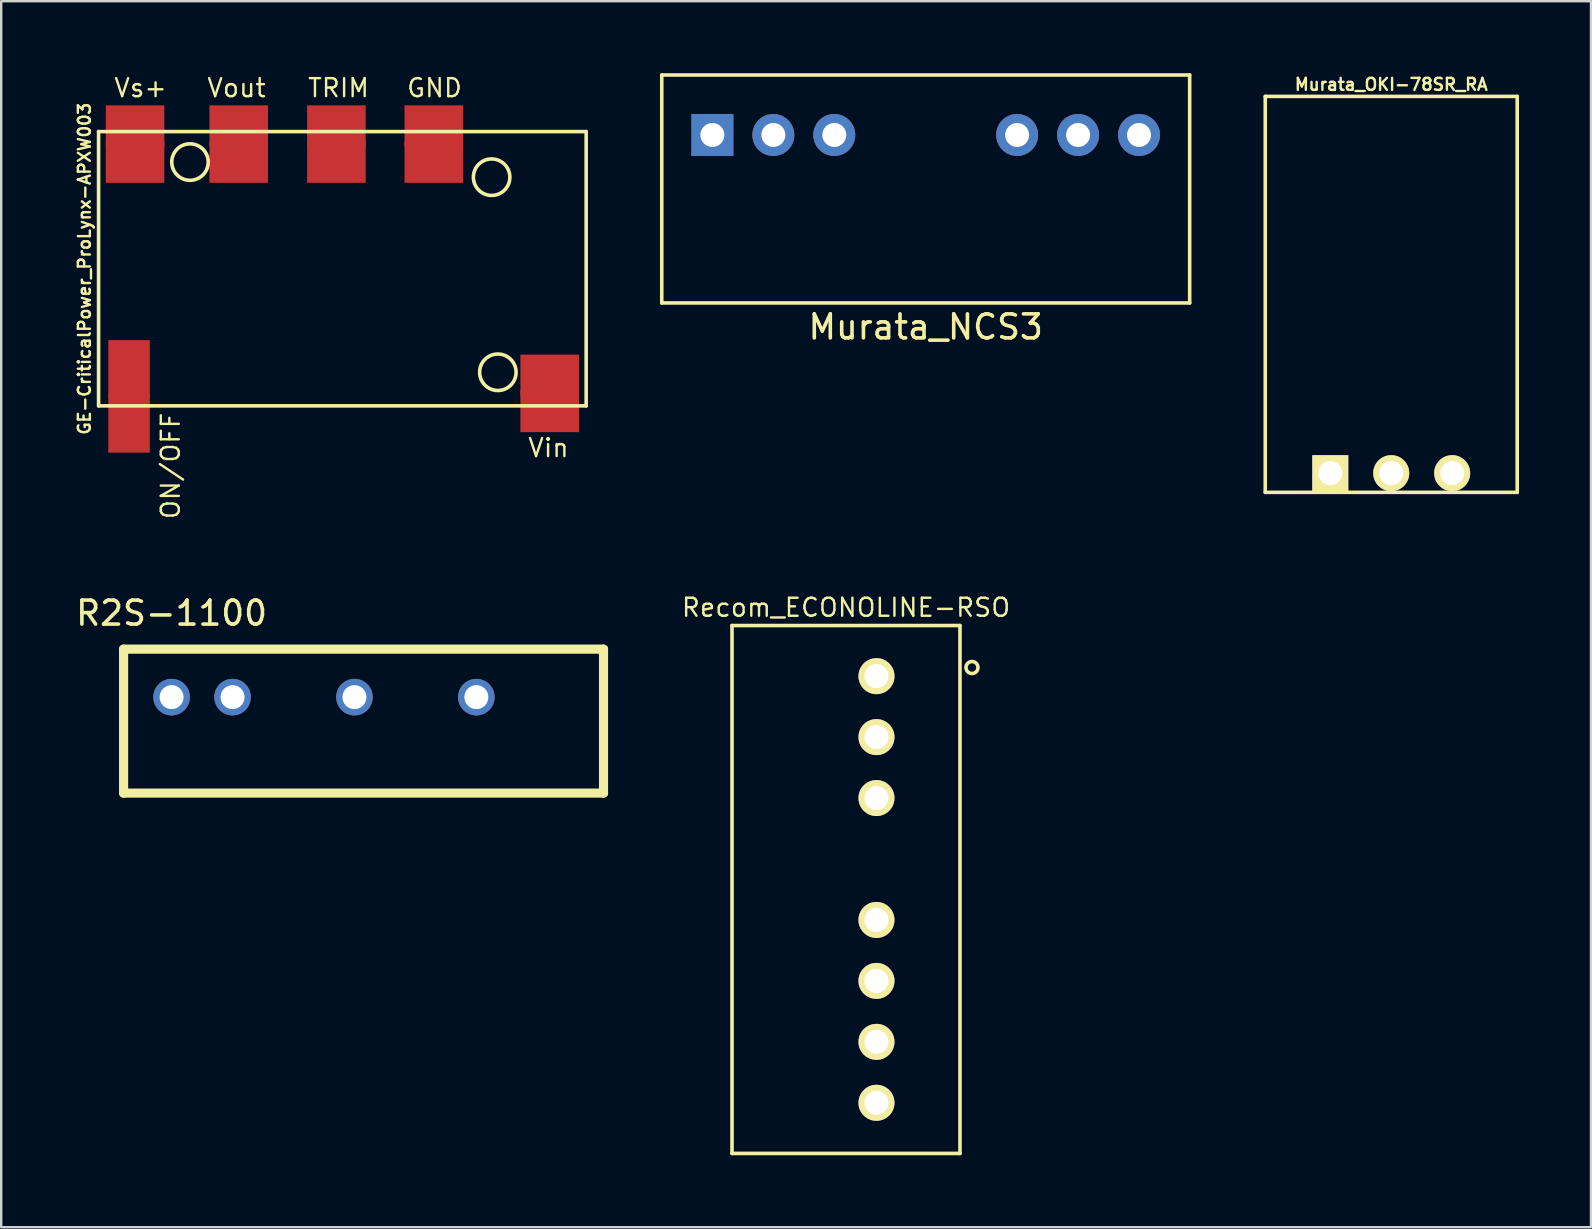
<source format=kicad_pcb>
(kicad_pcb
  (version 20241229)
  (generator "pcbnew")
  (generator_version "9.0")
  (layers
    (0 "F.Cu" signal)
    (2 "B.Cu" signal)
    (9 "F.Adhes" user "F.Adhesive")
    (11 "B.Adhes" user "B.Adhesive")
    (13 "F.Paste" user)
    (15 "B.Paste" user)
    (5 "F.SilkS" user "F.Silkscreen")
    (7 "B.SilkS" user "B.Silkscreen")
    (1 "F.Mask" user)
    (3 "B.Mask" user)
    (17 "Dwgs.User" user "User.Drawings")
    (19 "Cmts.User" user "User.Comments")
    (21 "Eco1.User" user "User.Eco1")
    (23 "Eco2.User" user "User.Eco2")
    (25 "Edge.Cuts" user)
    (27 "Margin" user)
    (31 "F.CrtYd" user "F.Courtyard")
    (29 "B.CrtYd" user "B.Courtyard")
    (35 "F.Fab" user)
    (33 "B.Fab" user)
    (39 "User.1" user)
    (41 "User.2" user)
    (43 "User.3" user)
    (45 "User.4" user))
  (footprint "Recom_ECONOLINE-RSO"
    (layer "F.Cu")
    (at 32.206 34.018)
    (property "Reference" "Recom_ECONOLINE-RSO" (at 0 -11.75 0) (layer "F.SilkS") (effects (font (size 0.75 0.75) (thickness 0.1))))
    (attr smd)
    (fp_line (start -4.75 -11) (end -4.75 11) (stroke (width 0.15) (type solid)) (layer "F.SilkS"))
    (fp_line (start -4.75 -11) (end 4.75 -11) (stroke (width 0.15) (type solid)) (layer "F.SilkS"))
    (fp_line (start -4.75 11) (end 4.75 11) (stroke (width 0.15) (type solid)) (layer "F.SilkS"))
    (fp_line (start 4.75 11) (end 4.75 -11) (stroke (width 0.15) (type solid)) (layer "F.SilkS"))
    (fp_circle (center 5.25 -9.25) (end 5.25 -9.5) (stroke (width 0.15) (type solid)) (fill no) (layer "F.SilkS"))
    (pad "1" thru_hole circle (at 1.27 -8.89) (size 1.5 1.5) (drill 1) (layers "*.Cu" "*.Mask" "F.SilkS"))
    (pad "2" thru_hole circle (at 1.27 -6.35) (size 1.5 1.5) (drill 1) (layers "*.Cu" "*.Mask" "F.SilkS"))
    (pad "3" thru_hole circle (at 1.27 -3.81) (size 1.5 1.5) (drill 1) (layers "*.Cu" "*.Mask" "F.SilkS"))
    (pad "5" thru_hole circle (at 1.27 1.27) (size 1.5 1.5) (drill 1) (layers "*.Cu" "*.Mask" "F.SilkS"))
    (pad "6" thru_hole circle (at 1.27 3.81) (size 1.5 1.5) (drill 1) (layers "*.Cu" "*.Mask" "F.SilkS"))
    (pad "7" thru_hole circle (at 1.27 6.35) (size 1.5 1.5) (drill 1) (layers "*.Cu" "*.Mask" "F.SilkS"))
    (pad "8" thru_hole circle (at 1.27 8.89) (size 1.5 1.5) (drill 1) (layers "*.Cu" "*.Mask" "F.SilkS")))
  (footprint "R2S-1100"
    (layer "F.Cu")
    (at 4.101 26.002)
    (property "Reference" "R2S-1100" (at 0 -3.5 0) (layer "F.SilkS") (effects (font (size 1 1) (thickness 0.15))))
    (attr through_hole)
    (fp_line (start -2 -2) (end 18 -2) (stroke (width 0.381) (type solid)) (layer "F.SilkS"))
    (fp_line (start -2 4) (end -2 -2) (stroke (width 0.381) (type solid)) (layer "F.SilkS"))
    (fp_line (start 18 -2) (end 18 4) (stroke (width 0.381) (type solid)) (layer "F.SilkS"))
    (fp_line (start 18 4) (end -2 4) (stroke (width 0.381) (type solid)) (layer "F.SilkS"))
    (pad "1" thru_hole circle (at 2.54 0) (size 1.524 1.524) (drill 1) (layers "*.Cu" "*.Mask"))
    (pad "2" thru_hole circle (at 0 0) (size 1.524 1.524) (drill 1) (layers "*.Cu" "*.Mask"))
    (pad "3" thru_hole circle (at 7.62 0) (size 1.524 1.524) (drill 1) (layers "*.Cu" "*.Mask"))
    (pad "4" thru_hole circle (at 12.7 0) (size 1.524 1.524) (drill 1) (layers "*.Cu" "*.Mask")))
  (footprint "Murata_NCS3"
    (layer "F.Cu")
    (at 35.528 2.575)
    (property "Reference" "Murata_NCS3" (at 0 8 0) (layer "F.SilkS") (effects (font (size 1 1) (thickness 0.15))))
    (attr through_hole)
    (fp_line (start -11 7) (end -11 -2.5) (stroke (width 0.15) (type solid)) (layer "F.SilkS"))
    (fp_line (start -11 7) (end 11 7) (stroke (width 0.15) (type solid)) (layer "F.SilkS"))
    (fp_line (start 11 -2.5) (end -11 -2.5) (stroke (width 0.15) (type solid)) (layer "F.SilkS"))
    (fp_line (start 11 7) (end 11 -2.5) (stroke (width 0.15) (type solid)) (layer "F.SilkS"))
    (pad "1" thru_hole rect (at -8.89 0) (size 1.75 1.75) (drill 1) (layers "*.Cu" "*.Mask"))
    (pad "2" thru_hole circle (at -6.35 0) (size 1.75 1.75) (drill 1) (layers "*.Cu" "*.Mask"))
    (pad "3" thru_hole circle (at -3.81 0) (size 1.75 1.75) (drill 1) (layers "*.Cu" "*.Mask"))
    (pad "6" thru_hole circle (at 3.81 0) (size 1.75 1.75) (drill 1) (layers "*.Cu" "*.Mask"))
    (pad "7" thru_hole circle (at 6.35 0) (size 1.75 1.75) (drill 1) (layers "*.Cu" "*.Mask"))
    (pad "8" thru_hole circle (at 8.89 0) (size 1.75 1.75) (drill 1) (layers "*.Cu" "*.Mask")))
  (footprint "Murata_OKI-78SR_RA"
    (layer "F.Cu")
    (at 54.928 9.718)
    (property "Reference" "Murata_OKI-78SR_RA" (at 0 -9.25 0) (layer "F.SilkS") (effects (font (size 0.5 0.5) (thickness 0.1))))
    (attr through_hole)
    (fp_line (start -5.25 -8.75) (end -5.25 7.75) (stroke (width 0.15) (type solid)) (layer "F.SilkS"))
    (fp_line (start -5.25 -8.75) (end 5.25 -8.75) (stroke (width 0.15) (type solid)) (layer "F.SilkS"))
    (fp_line (start -5.25 7.75) (end 5.25 7.75) (stroke (width 0.15) (type solid)) (layer "F.SilkS"))
    (fp_line (start 5.25 7.75) (end 5.25 -8.75) (stroke (width 0.15) (type solid)) (layer "F.SilkS"))
    (pad "1" thru_hole rect (at -2.54 6.95) (size 1.5 1.5) (drill 1) (layers "*.Cu" "*.Mask" "F.SilkS"))
    (pad "2" thru_hole circle (at 0 6.95) (size 1.5 1.5) (drill 1) (layers "*.Cu" "*.Mask" "F.SilkS"))
    (pad "3" thru_hole circle (at 2.54 6.95) (size 1.5 1.5) (drill 1) (layers "*.Cu" "*.Mask" "F.SilkS")))
  (footprint "GE-CriticalPower_ProLynx-APXW003"
    (layer "F.Cu")
    (at 11.218 8.149)
    (property "Reference" "GE-CriticalPower_ProLynx-APXW003" (at -10.75 0 90) (layer "F.SilkS") (effects (font (size 0.5 0.5) (thickness 0.1))))
    (attr through_hole)
    (fp_line (start -10.16 -5.715) (end 10.16 -5.715) (stroke (width 0.15) (type solid)) (layer "F.SilkS"))
    (fp_line (start -10.16 5.715) (end -10.16 -5.715) (stroke (width 0.15) (type solid)) (layer "F.SilkS"))
    (fp_line (start 10.16 -5.715) (end 10.16 5.715) (stroke (width 0.15) (type solid)) (layer "F.SilkS"))
    (fp_line (start 10.16 5.715) (end -10.16 5.715) (stroke (width 0.15) (type solid)) (layer "F.SilkS"))
    (fp_circle (center -6.35 -4.445) (end -6.35 -5.205) (stroke (width 0.15) (type solid)) (fill no) (layer "F.SilkS"))
    (fp_circle (center 6.22 -3.815) (end 6.22 -4.575) (stroke (width 0.15) (type solid)) (fill no) (layer "F.SilkS"))
    (fp_circle (center 6.48 4.315) (end 6.48 3.555) (stroke (width 0.15) (type solid)) (fill no) (layer "F.SilkS"))
    (fp_text user "TRIM" (at -0.16 -7.535 0) (layer "F.SilkS") (effects (font (size 0.75 0.75) (thickness 0.1))))
    (fp_text user "GND" (at 3.84 -7.535 0) (layer "F.SilkS") (effects (font (size 0.75 0.75) (thickness 0.1))))
    (fp_text user "ON/OFF" (at -7.16 8.215 90) (layer "F.SilkS") (effects (font (size 0.75 0.75) (thickness 0.1))))
    (fp_text user "Vin" (at 8.59 7.465 0) (layer "F.SilkS") (effects (font (size 0.75 0.75) (thickness 0.1))))
    (fp_text user "Vout" (at -4.41 -7.535 0) (layer "F.SilkS") (effects (font (size 0.75 0.75) (thickness 0.1))))
    (fp_text user "Vs+" (at -8.41 -7.535 0) (layer "F.SilkS") (effects (font (size 0.75 0.75) (thickness 0.1))))
    (pad "1" smd rect (at -8.89 4.195) (size 1.73 2.44) (layers "F.Cu" "F.Mask" "F.Paste"))
    (pad "1" smd rect (at -8.89 6.445) (size 1.73 2.44) (layers "F.Cu" "F.Mask" "F.Paste"))
    (pad "2" smd rect (at 8.64 4.445) (size 2.44 1.73) (layers "F.Cu" "F.Mask" "F.Paste"))
    (pad "2" smd rect (at 8.64 5.945) (size 2.44 1.73) (layers "F.Cu" "F.Mask" "F.Paste"))
    (pad "3" smd rect (at 3.81 -5.945) (size 2.44 1.73) (layers "F.Cu" "F.Mask" "F.Paste"))
    (pad "3" smd rect (at 3.81 -4.445) (size 2.44 1.73) (layers "F.Cu" "F.Mask" "F.Paste"))
    (pad "4" smd rect (at -0.25 -5.945) (size 2.44 1.73) (layers "F.Cu" "F.Mask" "F.Paste"))
    (pad "4" smd rect (at -0.25 -4.445) (size 2.44 1.73) (layers "F.Cu" "F.Mask" "F.Paste"))
    (pad "5" smd rect (at -4.32 -5.945) (size 2.44 1.73) (layers "F.Cu" "F.Mask" "F.Paste"))
    (pad "5" smd rect (at -4.32 -4.445) (size 2.44 1.73) (layers "F.Cu" "F.Mask" "F.Paste"))
    (pad "6" smd rect (at -8.64 -5.945) (size 2.44 1.73) (layers "F.Cu" "F.Mask" "F.Paste"))
    (pad "6" smd rect (at -8.64 -4.445) (size 2.44 1.73) (layers "F.Cu" "F.Mask" "F.Paste")))
  (gr_rect
    (start -3 -3)
    (end 63.253 48.093)
    (stroke (width 0.1) (type default))
    (fill no)
    (layer "Edge.Cuts")))
</source>
